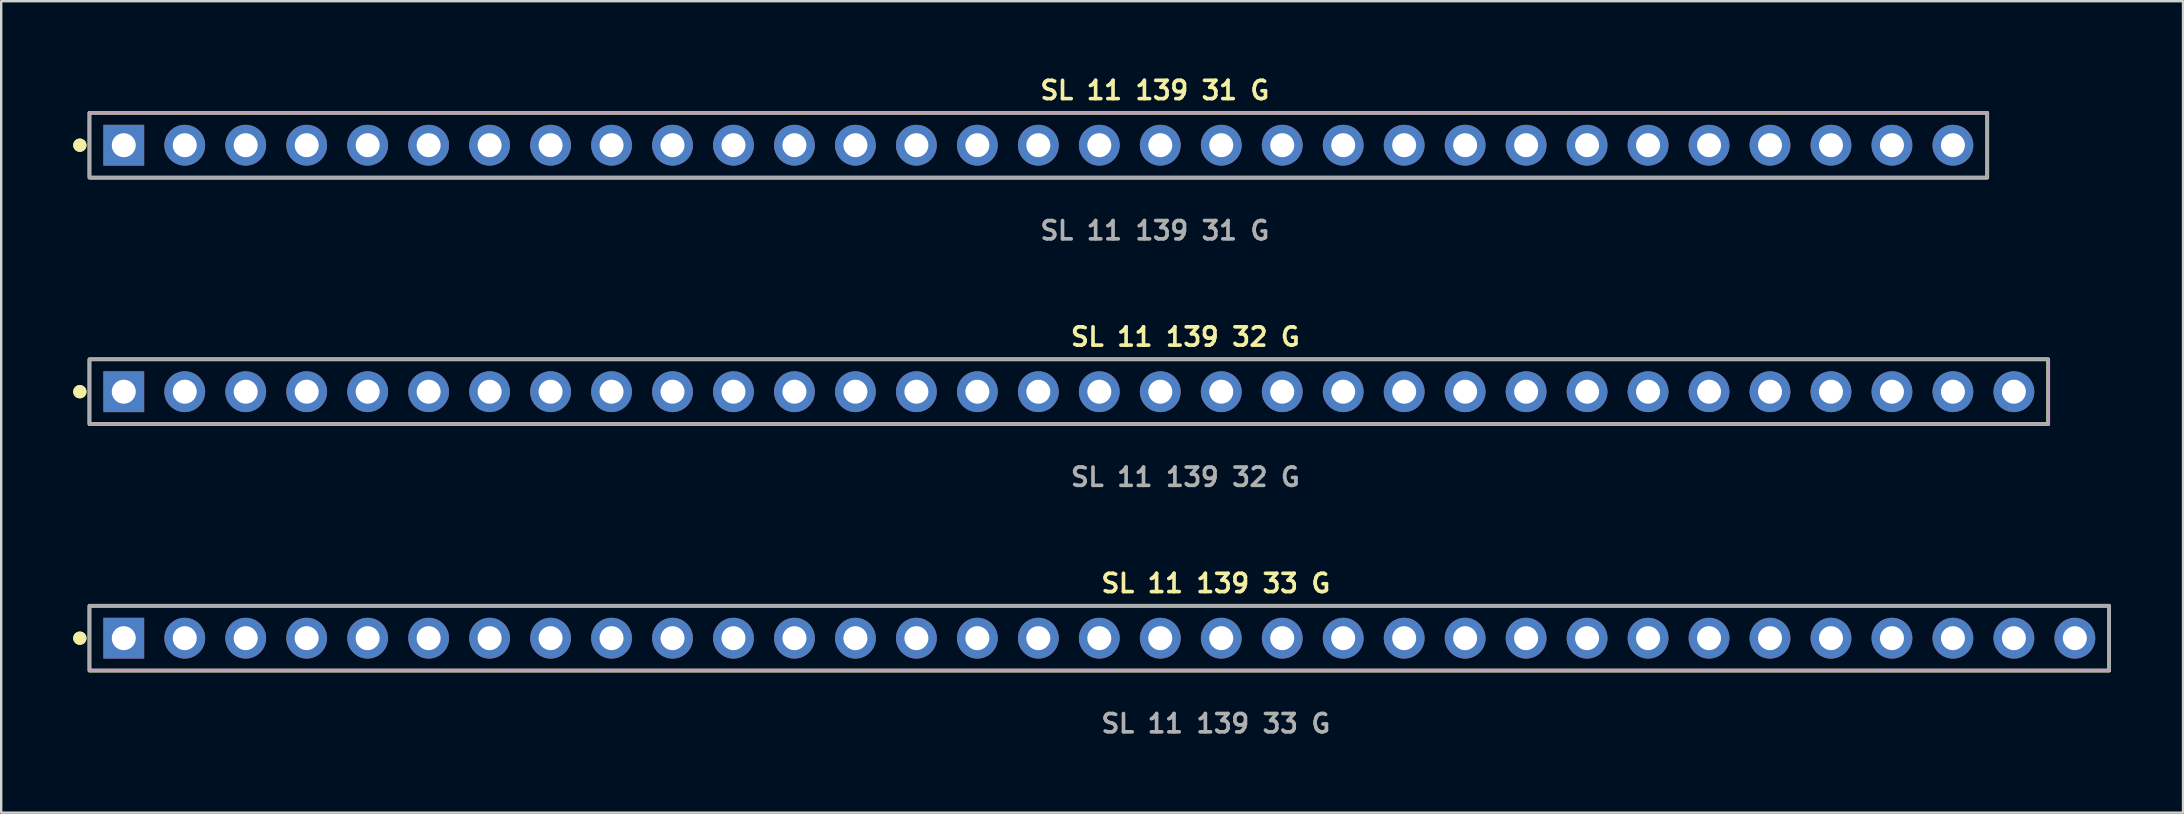
<source format=kicad_pcb>
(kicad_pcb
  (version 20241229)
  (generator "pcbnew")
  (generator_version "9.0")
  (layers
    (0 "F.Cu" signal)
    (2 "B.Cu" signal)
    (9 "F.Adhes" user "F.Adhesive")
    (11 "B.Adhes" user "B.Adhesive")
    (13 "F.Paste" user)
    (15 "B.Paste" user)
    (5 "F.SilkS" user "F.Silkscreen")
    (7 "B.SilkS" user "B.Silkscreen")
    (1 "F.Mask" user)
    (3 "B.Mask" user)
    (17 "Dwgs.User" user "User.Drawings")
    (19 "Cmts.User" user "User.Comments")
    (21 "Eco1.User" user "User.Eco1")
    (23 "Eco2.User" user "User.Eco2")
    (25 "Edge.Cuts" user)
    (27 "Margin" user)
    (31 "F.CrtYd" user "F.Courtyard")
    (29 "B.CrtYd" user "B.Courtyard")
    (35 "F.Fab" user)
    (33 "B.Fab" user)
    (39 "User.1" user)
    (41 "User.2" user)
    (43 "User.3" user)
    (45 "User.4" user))
  (footprint "SL 11 139 31 G"
    (layer "F.Cu")
    (at 40.206 2.999)
    (property "Reference" "SL 11 139 31 G" (at 0 -2.286 0) (unlocked yes) (layer "F.SilkS") (effects (font (size 0.762 0.762) (thickness 0.152)) (justify left)))
    (fp_rect (start -39.53 1.35) (end 39.53 -1.35) (stroke (width 0.152) (type solid)) (fill no) (layer "F.SilkS"))
    (fp_circle (center -39.93 0) (end -40.13 0) (stroke (width 0.152) (type solid)) (fill yes) (layer "F.SilkS"))
    (fp_circle (center -39.93 0) (end -40.13 0) (stroke (width 0.152) (type solid)) (fill yes) (layer "F.SilkS"))
    (fp_rect (start -39.53 1.35) (end 39.53 -1.35) (stroke (width 0.006) (type solid)) (fill no) (layer "F.CrtYd"))
    (fp_rect (start -39.53 1.35) (end 39.53 -1.35) (stroke (width 0.152) (type solid)) (fill no) (layer "F.Fab"))
    (fp_text user "${REFERENCE}" (at 0 3.556 0) (unlocked yes) (layer "F.Fab") (effects (font (size 0.762 0.762) (thickness 0.152)) (justify left)))
    (pad "1" thru_hole rect (at -38.1 0) (size 1.7 1.7) (drill 1) (layers "*.Cu" "*.Mask"))
    (pad "2" thru_hole circle (at -35.56 0) (size 1.7 1.7) (drill 1) (layers "*.Cu" "*.Mask"))
    (pad "3" thru_hole circle (at -33.02 0) (size 1.7 1.7) (drill 1) (layers "*.Cu" "*.Mask"))
    (pad "4" thru_hole circle (at -30.48 0) (size 1.7 1.7) (drill 1) (layers "*.Cu" "*.Mask"))
    (pad "5" thru_hole circle (at -27.94 0) (size 1.7 1.7) (drill 1) (layers "*.Cu" "*.Mask"))
    (pad "6" thru_hole circle (at -25.4 0) (size 1.7 1.7) (drill 1) (layers "*.Cu" "*.Mask"))
    (pad "7" thru_hole circle (at -22.86 0) (size 1.7 1.7) (drill 1) (layers "*.Cu" "*.Mask"))
    (pad "8" thru_hole circle (at -20.32 0) (size 1.7 1.7) (drill 1) (layers "*.Cu" "*.Mask"))
    (pad "9" thru_hole circle (at -17.78 0) (size 1.7 1.7) (drill 1) (layers "*.Cu" "*.Mask"))
    (pad "10" thru_hole circle (at -15.24 0) (size 1.7 1.7) (drill 1) (layers "*.Cu" "*.Mask"))
    (pad "11" thru_hole circle (at -12.7 0) (size 1.7 1.7) (drill 1) (layers "*.Cu" "*.Mask"))
    (pad "12" thru_hole circle (at -10.16 0) (size 1.7 1.7) (drill 1) (layers "*.Cu" "*.Mask"))
    (pad "13" thru_hole circle (at -7.62 0) (size 1.7 1.7) (drill 1) (layers "*.Cu" "*.Mask"))
    (pad "14" thru_hole circle (at -5.08 0) (size 1.7 1.7) (drill 1) (layers "*.Cu" "*.Mask"))
    (pad "15" thru_hole circle (at -2.54 0) (size 1.7 1.7) (drill 1) (layers "*.Cu" "*.Mask"))
    (pad "16" thru_hole circle (at 0 0) (size 1.7 1.7) (drill 1) (layers "*.Cu" "*.Mask"))
    (pad "17" thru_hole circle (at 2.54 0) (size 1.7 1.7) (drill 1) (layers "*.Cu" "*.Mask"))
    (pad "18" thru_hole circle (at 5.08 0) (size 1.7 1.7) (drill 1) (layers "*.Cu" "*.Mask"))
    (pad "19" thru_hole circle (at 7.62 0) (size 1.7 1.7) (drill 1) (layers "*.Cu" "*.Mask"))
    (pad "20" thru_hole circle (at 10.16 0) (size 1.7 1.7) (drill 1) (layers "*.Cu" "*.Mask"))
    (pad "21" thru_hole circle (at 12.7 0) (size 1.7 1.7) (drill 1) (layers "*.Cu" "*.Mask"))
    (pad "22" thru_hole circle (at 15.24 0) (size 1.7 1.7) (drill 1) (layers "*.Cu" "*.Mask"))
    (pad "23" thru_hole circle (at 17.78 0) (size 1.7 1.7) (drill 1) (layers "*.Cu" "*.Mask"))
    (pad "24" thru_hole circle (at 20.32 0) (size 1.7 1.7) (drill 1) (layers "*.Cu" "*.Mask"))
    (pad "25" thru_hole circle (at 22.86 0) (size 1.7 1.7) (drill 1) (layers "*.Cu" "*.Mask"))
    (pad "26" thru_hole circle (at 25.4 0) (size 1.7 1.7) (drill 1) (layers "*.Cu" "*.Mask"))
    (pad "27" thru_hole circle (at 27.94 0) (size 1.7 1.7) (drill 1) (layers "*.Cu" "*.Mask"))
    (pad "28" thru_hole circle (at 30.48 0) (size 1.7 1.7) (drill 1) (layers "*.Cu" "*.Mask"))
    (pad "29" thru_hole circle (at 33.02 0) (size 1.7 1.7) (drill 1) (layers "*.Cu" "*.Mask"))
    (pad "30" thru_hole circle (at 35.56 0) (size 1.7 1.7) (drill 1) (layers "*.Cu" "*.Mask"))
    (pad "31" thru_hole circle (at 38.1 0) (size 1.7 1.7) (drill 1) (layers "*.Cu" "*.Mask")))
  (footprint "SL 11 139 33 G"
    (layer "F.Cu")
    (at 42.746 23.536)
    (property "Reference" "SL 11 139 33 G" (at 0 -2.286 0) (unlocked yes) (layer "F.SilkS") (effects (font (size 0.762 0.762) (thickness 0.152)) (justify left)))
    (fp_rect (start -42.07 1.35) (end 42.07 -1.35) (stroke (width 0.152) (type solid)) (fill no) (layer "F.SilkS"))
    (fp_circle (center -42.47 0) (end -42.67 0) (stroke (width 0.152) (type solid)) (fill yes) (layer "F.SilkS"))
    (fp_circle (center -42.47 0) (end -42.67 0) (stroke (width 0.152) (type solid)) (fill yes) (layer "F.SilkS"))
    (fp_rect (start -42.07 1.35) (end 42.07 -1.35) (stroke (width 0.006) (type solid)) (fill no) (layer "F.CrtYd"))
    (fp_rect (start -42.07 1.35) (end 42.07 -1.35) (stroke (width 0.152) (type solid)) (fill no) (layer "F.Fab"))
    (fp_text user "${REFERENCE}" (at 0 3.556 0) (unlocked yes) (layer "F.Fab") (effects (font (size 0.762 0.762) (thickness 0.152)) (justify left)))
    (pad "1" thru_hole rect (at -40.64 0) (size 1.7 1.7) (drill 1) (layers "*.Cu" "*.Mask"))
    (pad "2" thru_hole circle (at -38.1 0) (size 1.7 1.7) (drill 1) (layers "*.Cu" "*.Mask"))
    (pad "3" thru_hole circle (at -35.56 0) (size 1.7 1.7) (drill 1) (layers "*.Cu" "*.Mask"))
    (pad "4" thru_hole circle (at -33.02 0) (size 1.7 1.7) (drill 1) (layers "*.Cu" "*.Mask"))
    (pad "5" thru_hole circle (at -30.48 0) (size 1.7 1.7) (drill 1) (layers "*.Cu" "*.Mask"))
    (pad "6" thru_hole circle (at -27.94 0) (size 1.7 1.7) (drill 1) (layers "*.Cu" "*.Mask"))
    (pad "7" thru_hole circle (at -25.4 0) (size 1.7 1.7) (drill 1) (layers "*.Cu" "*.Mask"))
    (pad "8" thru_hole circle (at -22.86 0) (size 1.7 1.7) (drill 1) (layers "*.Cu" "*.Mask"))
    (pad "9" thru_hole circle (at -20.32 0) (size 1.7 1.7) (drill 1) (layers "*.Cu" "*.Mask"))
    (pad "10" thru_hole circle (at -17.78 0) (size 1.7 1.7) (drill 1) (layers "*.Cu" "*.Mask"))
    (pad "11" thru_hole circle (at -15.24 0) (size 1.7 1.7) (drill 1) (layers "*.Cu" "*.Mask"))
    (pad "12" thru_hole circle (at -12.7 0) (size 1.7 1.7) (drill 1) (layers "*.Cu" "*.Mask"))
    (pad "13" thru_hole circle (at -10.16 0) (size 1.7 1.7) (drill 1) (layers "*.Cu" "*.Mask"))
    (pad "14" thru_hole circle (at -7.62 0) (size 1.7 1.7) (drill 1) (layers "*.Cu" "*.Mask"))
    (pad "15" thru_hole circle (at -5.08 0) (size 1.7 1.7) (drill 1) (layers "*.Cu" "*.Mask"))
    (pad "16" thru_hole circle (at -2.54 0) (size 1.7 1.7) (drill 1) (layers "*.Cu" "*.Mask"))
    (pad "17" thru_hole circle (at 0 0) (size 1.7 1.7) (drill 1) (layers "*.Cu" "*.Mask"))
    (pad "18" thru_hole circle (at 2.54 0) (size 1.7 1.7) (drill 1) (layers "*.Cu" "*.Mask"))
    (pad "19" thru_hole circle (at 5.08 0) (size 1.7 1.7) (drill 1) (layers "*.Cu" "*.Mask"))
    (pad "20" thru_hole circle (at 7.62 0) (size 1.7 1.7) (drill 1) (layers "*.Cu" "*.Mask"))
    (pad "21" thru_hole circle (at 10.16 0) (size 1.7 1.7) (drill 1) (layers "*.Cu" "*.Mask"))
    (pad "22" thru_hole circle (at 12.7 0) (size 1.7 1.7) (drill 1) (layers "*.Cu" "*.Mask"))
    (pad "23" thru_hole circle (at 15.24 0) (size 1.7 1.7) (drill 1) (layers "*.Cu" "*.Mask"))
    (pad "24" thru_hole circle (at 17.78 0) (size 1.7 1.7) (drill 1) (layers "*.Cu" "*.Mask"))
    (pad "25" thru_hole circle (at 20.32 0) (size 1.7 1.7) (drill 1) (layers "*.Cu" "*.Mask"))
    (pad "26" thru_hole circle (at 22.86 0) (size 1.7 1.7) (drill 1) (layers "*.Cu" "*.Mask"))
    (pad "27" thru_hole circle (at 25.4 0) (size 1.7 1.7) (drill 1) (layers "*.Cu" "*.Mask"))
    (pad "28" thru_hole circle (at 27.94 0) (size 1.7 1.7) (drill 1) (layers "*.Cu" "*.Mask"))
    (pad "29" thru_hole circle (at 30.48 0) (size 1.7 1.7) (drill 1) (layers "*.Cu" "*.Mask"))
    (pad "30" thru_hole circle (at 33.02 0) (size 1.7 1.7) (drill 1) (layers "*.Cu" "*.Mask"))
    (pad "31" thru_hole circle (at 35.56 0) (size 1.7 1.7) (drill 1) (layers "*.Cu" "*.Mask"))
    (pad "32" thru_hole circle (at 38.1 0) (size 1.7 1.7) (drill 1) (layers "*.Cu" "*.Mask"))
    (pad "33" thru_hole circle (at 40.64 0) (size 1.7 1.7) (drill 1) (layers "*.Cu" "*.Mask")))
  (footprint "SL 11 139 32 G"
    (layer "F.Cu")
    (at 41.476 13.268)
    (property "Reference" "SL 11 139 32 G" (at 0 -2.286 0) (unlocked yes) (layer "F.SilkS") (effects (font (size 0.762 0.762) (thickness 0.152)) (justify left)))
    (fp_rect (start -40.8 1.35) (end 40.8 -1.35) (stroke (width 0.152) (type solid)) (fill no) (layer "F.SilkS"))
    (fp_circle (center -41.2 0) (end -41.4 0) (stroke (width 0.152) (type solid)) (fill yes) (layer "F.SilkS"))
    (fp_circle (center -41.2 0) (end -41.4 0) (stroke (width 0.152) (type solid)) (fill yes) (layer "F.SilkS"))
    (fp_rect (start -40.8 1.35) (end 40.8 -1.35) (stroke (width 0.006) (type solid)) (fill no) (layer "F.CrtYd"))
    (fp_rect (start -40.8 1.35) (end 40.8 -1.35) (stroke (width 0.152) (type solid)) (fill no) (layer "F.Fab"))
    (fp_text user "${REFERENCE}" (at 0 3.556 0) (unlocked yes) (layer "F.Fab") (effects (font (size 0.762 0.762) (thickness 0.152)) (justify left)))
    (pad "1" thru_hole rect (at -39.37 0) (size 1.7 1.7) (drill 1) (layers "*.Cu" "*.Mask"))
    (pad "2" thru_hole circle (at -36.83 0) (size 1.7 1.7) (drill 1) (layers "*.Cu" "*.Mask"))
    (pad "3" thru_hole circle (at -34.29 0) (size 1.7 1.7) (drill 1) (layers "*.Cu" "*.Mask"))
    (pad "4" thru_hole circle (at -31.75 0) (size 1.7 1.7) (drill 1) (layers "*.Cu" "*.Mask"))
    (pad "5" thru_hole circle (at -29.21 0) (size 1.7 1.7) (drill 1) (layers "*.Cu" "*.Mask"))
    (pad "6" thru_hole circle (at -26.67 0) (size 1.7 1.7) (drill 1) (layers "*.Cu" "*.Mask"))
    (pad "7" thru_hole circle (at -24.13 0) (size 1.7 1.7) (drill 1) (layers "*.Cu" "*.Mask"))
    (pad "8" thru_hole circle (at -21.59 0) (size 1.7 1.7) (drill 1) (layers "*.Cu" "*.Mask"))
    (pad "9" thru_hole circle (at -19.05 0) (size 1.7 1.7) (drill 1) (layers "*.Cu" "*.Mask"))
    (pad "10" thru_hole circle (at -16.51 0) (size 1.7 1.7) (drill 1) (layers "*.Cu" "*.Mask"))
    (pad "11" thru_hole circle (at -13.97 0) (size 1.7 1.7) (drill 1) (layers "*.Cu" "*.Mask"))
    (pad "12" thru_hole circle (at -11.43 0) (size 1.7 1.7) (drill 1) (layers "*.Cu" "*.Mask"))
    (pad "13" thru_hole circle (at -8.89 0) (size 1.7 1.7) (drill 1) (layers "*.Cu" "*.Mask"))
    (pad "14" thru_hole circle (at -6.35 0) (size 1.7 1.7) (drill 1) (layers "*.Cu" "*.Mask"))
    (pad "15" thru_hole circle (at -3.81 0) (size 1.7 1.7) (drill 1) (layers "*.Cu" "*.Mask"))
    (pad "16" thru_hole circle (at -1.27 0) (size 1.7 1.7) (drill 1) (layers "*.Cu" "*.Mask"))
    (pad "17" thru_hole circle (at 1.27 0) (size 1.7 1.7) (drill 1) (layers "*.Cu" "*.Mask"))
    (pad "18" thru_hole circle (at 3.81 0) (size 1.7 1.7) (drill 1) (layers "*.Cu" "*.Mask"))
    (pad "19" thru_hole circle (at 6.35 0) (size 1.7 1.7) (drill 1) (layers "*.Cu" "*.Mask"))
    (pad "20" thru_hole circle (at 8.89 0) (size 1.7 1.7) (drill 1) (layers "*.Cu" "*.Mask"))
    (pad "21" thru_hole circle (at 11.43 0) (size 1.7 1.7) (drill 1) (layers "*.Cu" "*.Mask"))
    (pad "22" thru_hole circle (at 13.97 0) (size 1.7 1.7) (drill 1) (layers "*.Cu" "*.Mask"))
    (pad "23" thru_hole circle (at 16.51 0) (size 1.7 1.7) (drill 1) (layers "*.Cu" "*.Mask"))
    (pad "24" thru_hole circle (at 19.05 0) (size 1.7 1.7) (drill 1) (layers "*.Cu" "*.Mask"))
    (pad "25" thru_hole circle (at 21.59 0) (size 1.7 1.7) (drill 1) (layers "*.Cu" "*.Mask"))
    (pad "26" thru_hole circle (at 24.13 0) (size 1.7 1.7) (drill 1) (layers "*.Cu" "*.Mask"))
    (pad "27" thru_hole circle (at 26.67 0) (size 1.7 1.7) (drill 1) (layers "*.Cu" "*.Mask"))
    (pad "28" thru_hole circle (at 29.21 0) (size 1.7 1.7) (drill 1) (layers "*.Cu" "*.Mask"))
    (pad "29" thru_hole circle (at 31.75 0) (size 1.7 1.7) (drill 1) (layers "*.Cu" "*.Mask"))
    (pad "30" thru_hole circle (at 34.29 0) (size 1.7 1.7) (drill 1) (layers "*.Cu" "*.Mask"))
    (pad "31" thru_hole circle (at 36.83 0) (size 1.7 1.7) (drill 1) (layers "*.Cu" "*.Mask"))
    (pad "32" thru_hole circle (at 39.37 0) (size 1.7 1.7) (drill 1) (layers "*.Cu" "*.Mask")))
  (gr_rect
    (start -3 -3)
    (end 87.892 30.805)
    (stroke (width 0.1) (type default))
    (fill no)
    (layer "Edge.Cuts")))
</source>
